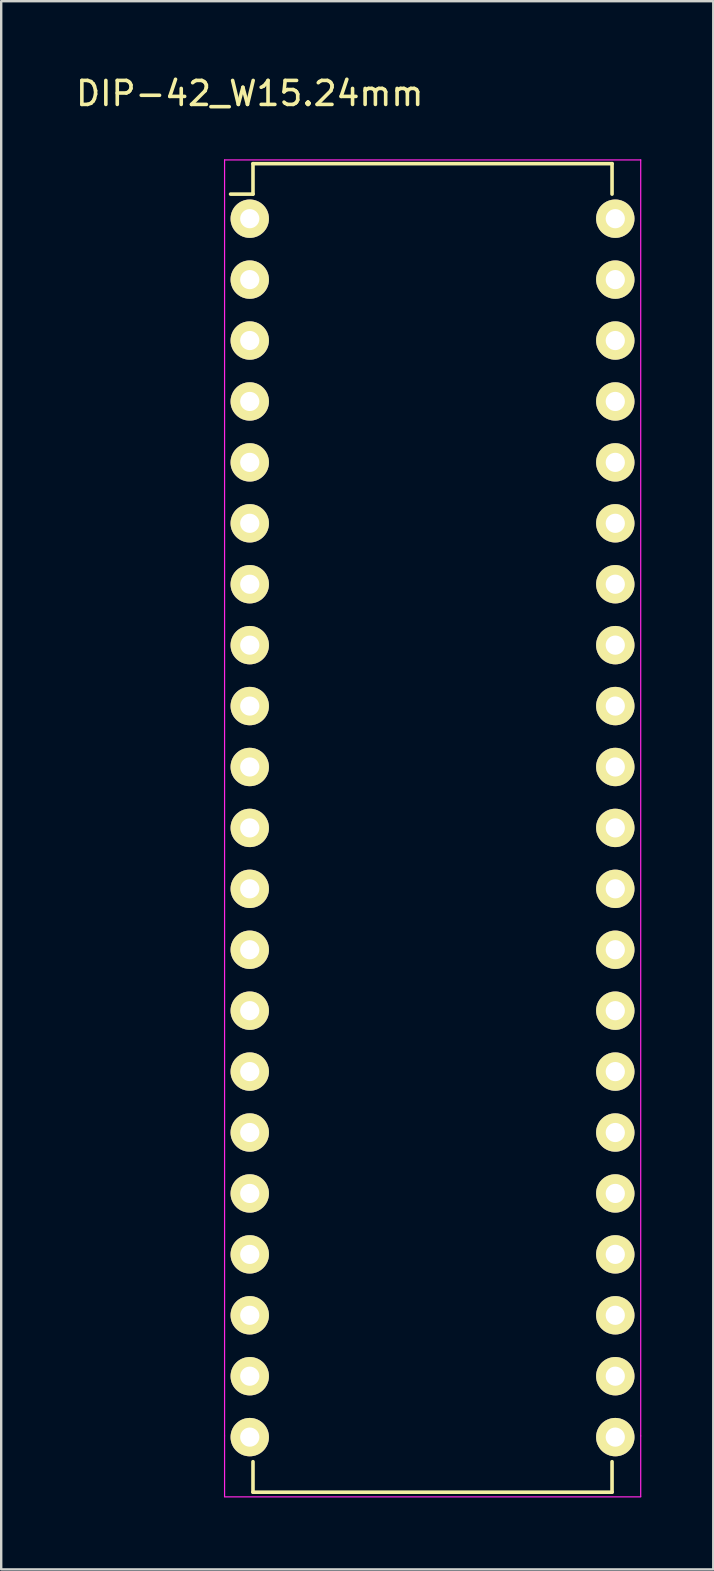
<source format=kicad_pcb>
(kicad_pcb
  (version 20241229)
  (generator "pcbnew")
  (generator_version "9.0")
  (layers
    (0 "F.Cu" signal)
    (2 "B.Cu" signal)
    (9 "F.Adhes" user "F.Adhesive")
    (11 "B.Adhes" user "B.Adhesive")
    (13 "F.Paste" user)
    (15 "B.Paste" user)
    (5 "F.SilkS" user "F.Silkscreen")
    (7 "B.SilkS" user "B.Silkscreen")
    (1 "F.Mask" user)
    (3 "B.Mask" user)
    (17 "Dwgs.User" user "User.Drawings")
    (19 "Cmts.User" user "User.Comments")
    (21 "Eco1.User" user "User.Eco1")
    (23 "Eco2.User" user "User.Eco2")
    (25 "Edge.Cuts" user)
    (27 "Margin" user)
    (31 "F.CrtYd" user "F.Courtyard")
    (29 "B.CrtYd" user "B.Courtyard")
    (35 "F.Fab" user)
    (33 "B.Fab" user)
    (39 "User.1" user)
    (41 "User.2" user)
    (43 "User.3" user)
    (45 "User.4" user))
  (footprint "DIP-42_W15.24mm"
    (layer "F.Cu")
    (at 7.363 6.068)
    (property "Reference" "DIP-42_W15.24mm" (at 0 -5.22 0) (layer "F.SilkS") (effects (font (size 1 1) (thickness 0.15))))
    (attr through_hole)
    (fp_line (start 0.135 -2.295) (end 0.135 -1.025) (stroke (width 0.15) (type solid)) (layer "F.SilkS"))
    (fp_line (start 0.135 -2.295) (end 15.105 -2.295) (stroke (width 0.15) (type solid)) (layer "F.SilkS"))
    (fp_line (start 0.135 -1.025) (end -0.8 -1.025) (stroke (width 0.15) (type solid)) (layer "F.SilkS"))
    (fp_line (start 0.135 53.095) (end 0.135 51.825) (stroke (width 0.15) (type solid)) (layer "F.SilkS"))
    (fp_line (start 0.135 53.095) (end 15.105 53.095) (stroke (width 0.15) (type solid)) (layer "F.SilkS"))
    (fp_line (start 15.105 -2.295) (end 15.105 -1.025) (stroke (width 0.15) (type solid)) (layer "F.SilkS"))
    (fp_line (start 15.105 53.095) (end 15.105 51.825) (stroke (width 0.15) (type solid)) (layer "F.SilkS"))
    (fp_line (start -1.05 -2.45) (end -1.05 50.75) (stroke (width 0.05) (type solid)) (layer "F.CrtYd"))
    (fp_line (start -1.05 -2.45) (end 16.3 -2.45) (stroke (width 0.05) (type solid)) (layer "F.CrtYd"))
    (fp_line (start -1.05 50.75) (end -1.05 53.28) (stroke (width 0.05) (type solid)) (layer "F.CrtYd"))
    (fp_line (start -1.05 53.29) (end 16.3 53.29) (stroke (width 0.05) (type solid)) (layer "F.CrtYd"))
    (fp_line (start 16.3 -2.45) (end 16.3 50.75) (stroke (width 0.05) (type solid)) (layer "F.CrtYd"))
    (fp_line (start 16.3 50.75) (end 16.3 53.28) (stroke (width 0.05) (type solid)) (layer "F.CrtYd"))
    (pad "1" thru_hole oval (at 0 0) (size 1.6 1.6) (drill 0.8) (layers "*.Cu" "*.Mask" "F.SilkS"))
    (pad "2" thru_hole oval (at 0 2.54) (size 1.6 1.6) (drill 0.8) (layers "*.Cu" "*.Mask" "F.SilkS"))
    (pad "3" thru_hole oval (at 0 5.08) (size 1.6 1.6) (drill 0.8) (layers "*.Cu" "*.Mask" "F.SilkS"))
    (pad "4" thru_hole oval (at 0 7.62) (size 1.6 1.6) (drill 0.8) (layers "*.Cu" "*.Mask" "F.SilkS"))
    (pad "5" thru_hole oval (at 0 10.16) (size 1.6 1.6) (drill 0.8) (layers "*.Cu" "*.Mask" "F.SilkS"))
    (pad "6" thru_hole oval (at 0 12.7) (size 1.6 1.6) (drill 0.8) (layers "*.Cu" "*.Mask" "F.SilkS"))
    (pad "7" thru_hole oval (at 0 15.24) (size 1.6 1.6) (drill 0.8) (layers "*.Cu" "*.Mask" "F.SilkS"))
    (pad "8" thru_hole oval (at 0 17.78) (size 1.6 1.6) (drill 0.8) (layers "*.Cu" "*.Mask" "F.SilkS"))
    (pad "9" thru_hole oval (at 0 20.32) (size 1.6 1.6) (drill 0.8) (layers "*.Cu" "*.Mask" "F.SilkS"))
    (pad "10" thru_hole oval (at 0 22.86) (size 1.6 1.6) (drill 0.8) (layers "*.Cu" "*.Mask" "F.SilkS"))
    (pad "11" thru_hole oval (at 0 25.4) (size 1.6 1.6) (drill 0.8) (layers "*.Cu" "*.Mask" "F.SilkS"))
    (pad "12" thru_hole oval (at 0 27.94) (size 1.6 1.6) (drill 0.8) (layers "*.Cu" "*.Mask" "F.SilkS"))
    (pad "13" thru_hole oval (at 0 30.48) (size 1.6 1.6) (drill 0.8) (layers "*.Cu" "*.Mask" "F.SilkS"))
    (pad "14" thru_hole oval (at 0 33.02) (size 1.6 1.6) (drill 0.8) (layers "*.Cu" "*.Mask" "F.SilkS"))
    (pad "15" thru_hole oval (at 0 35.56) (size 1.6 1.6) (drill 0.8) (layers "*.Cu" "*.Mask" "F.SilkS"))
    (pad "16" thru_hole oval (at 0 38.1) (size 1.6 1.6) (drill 0.8) (layers "*.Cu" "*.Mask" "F.SilkS"))
    (pad "17" thru_hole oval (at 0 40.64) (size 1.6 1.6) (drill 0.8) (layers "*.Cu" "*.Mask" "F.SilkS"))
    (pad "18" thru_hole oval (at 0 43.18) (size 1.6 1.6) (drill 0.8) (layers "*.Cu" "*.Mask" "F.SilkS"))
    (pad "19" thru_hole oval (at 0 45.72) (size 1.6 1.6) (drill 0.8) (layers "*.Cu" "*.Mask" "F.SilkS"))
    (pad "20" thru_hole oval (at 0 48.26) (size 1.6 1.6) (drill 0.8) (layers "*.Cu" "*.Mask" "F.SilkS"))
    (pad "21" thru_hole oval (at 0 50.8) (size 1.6 1.6) (drill 0.8) (layers "*.Cu" "*.Mask" "F.SilkS"))
    (pad "22" thru_hole oval (at 15.24 50.8) (size 1.6 1.6) (drill 0.8) (layers "*.Cu" "*.Mask" "F.SilkS"))
    (pad "23" thru_hole oval (at 15.24 48.26) (size 1.6 1.6) (drill 0.8) (layers "*.Cu" "*.Mask" "F.SilkS"))
    (pad "24" thru_hole oval (at 15.24 45.72) (size 1.6 1.6) (drill 0.8) (layers "*.Cu" "*.Mask" "F.SilkS"))
    (pad "25" thru_hole oval (at 15.24 43.18) (size 1.6 1.6) (drill 0.8) (layers "*.Cu" "*.Mask" "F.SilkS"))
    (pad "26" thru_hole oval (at 15.24 40.64) (size 1.6 1.6) (drill 0.8) (layers "*.Cu" "*.Mask" "F.SilkS"))
    (pad "27" thru_hole oval (at 15.24 38.1) (size 1.6 1.6) (drill 0.8) (layers "*.Cu" "*.Mask" "F.SilkS"))
    (pad "28" thru_hole oval (at 15.24 35.56) (size 1.6 1.6) (drill 0.8) (layers "*.Cu" "*.Mask" "F.SilkS"))
    (pad "29" thru_hole oval (at 15.24 33.02) (size 1.6 1.6) (drill 0.8) (layers "*.Cu" "*.Mask" "F.SilkS"))
    (pad "30" thru_hole oval (at 15.24 30.48) (size 1.6 1.6) (drill 0.8) (layers "*.Cu" "*.Mask" "F.SilkS"))
    (pad "31" thru_hole oval (at 15.24 27.94) (size 1.6 1.6) (drill 0.8) (layers "*.Cu" "*.Mask" "F.SilkS"))
    (pad "32" thru_hole oval (at 15.24 25.4) (size 1.6 1.6) (drill 0.8) (layers "*.Cu" "*.Mask" "F.SilkS"))
    (pad "33" thru_hole oval (at 15.24 22.86) (size 1.6 1.6) (drill 0.8) (layers "*.Cu" "*.Mask" "F.SilkS"))
    (pad "34" thru_hole oval (at 15.24 20.32) (size 1.6 1.6) (drill 0.8) (layers "*.Cu" "*.Mask" "F.SilkS"))
    (pad "35" thru_hole oval (at 15.24 17.78) (size 1.6 1.6) (drill 0.8) (layers "*.Cu" "*.Mask" "F.SilkS"))
    (pad "36" thru_hole oval (at 15.24 15.24) (size 1.6 1.6) (drill 0.8) (layers "*.Cu" "*.Mask" "F.SilkS"))
    (pad "37" thru_hole oval (at 15.24 12.7) (size 1.6 1.6) (drill 0.8) (layers "*.Cu" "*.Mask" "F.SilkS"))
    (pad "38" thru_hole oval (at 15.24 10.16) (size 1.6 1.6) (drill 0.8) (layers "*.Cu" "*.Mask" "F.SilkS"))
    (pad "39" thru_hole oval (at 15.24 7.62) (size 1.6 1.6) (drill 0.8) (layers "*.Cu" "*.Mask" "F.SilkS"))
    (pad "40" thru_hole oval (at 15.24 5.08) (size 1.6 1.6) (drill 0.8) (layers "*.Cu" "*.Mask" "F.SilkS"))
    (pad "41" thru_hole oval (at 15.24 2.54) (size 1.6 1.6) (drill 0.8) (layers "*.Cu" "*.Mask" "F.SilkS"))
    (pad "42" thru_hole oval (at 15.24 0) (size 1.6 1.6) (drill 0.8) (layers "*.Cu" "*.Mask" "F.SilkS")))
  (gr_rect
    (start -3 -3)
    (end 26.688 62.383)
    (stroke (width 0.1) (type default))
    (fill no)
    (layer "Edge.Cuts")))
</source>
